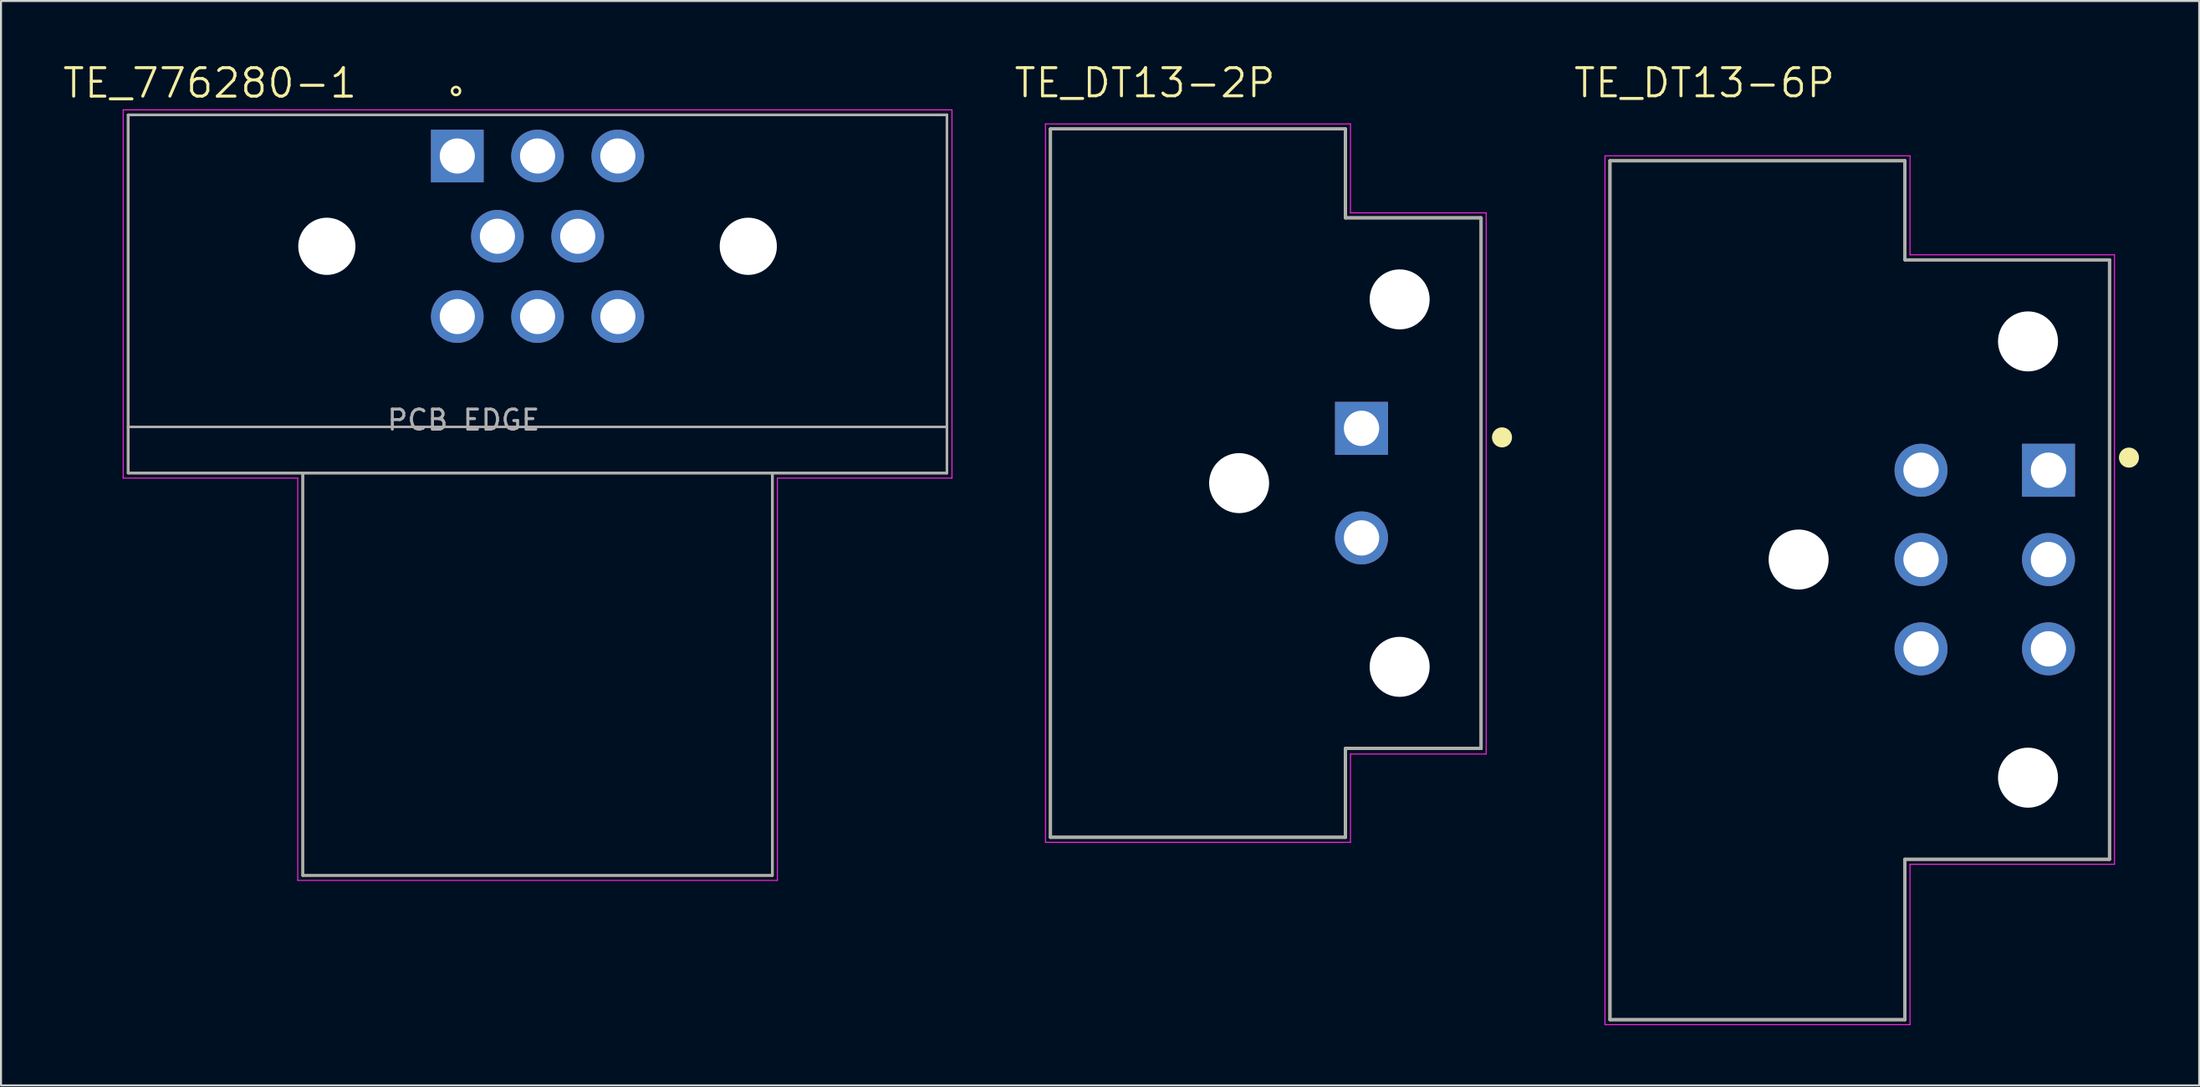
<source format=kicad_pcb>
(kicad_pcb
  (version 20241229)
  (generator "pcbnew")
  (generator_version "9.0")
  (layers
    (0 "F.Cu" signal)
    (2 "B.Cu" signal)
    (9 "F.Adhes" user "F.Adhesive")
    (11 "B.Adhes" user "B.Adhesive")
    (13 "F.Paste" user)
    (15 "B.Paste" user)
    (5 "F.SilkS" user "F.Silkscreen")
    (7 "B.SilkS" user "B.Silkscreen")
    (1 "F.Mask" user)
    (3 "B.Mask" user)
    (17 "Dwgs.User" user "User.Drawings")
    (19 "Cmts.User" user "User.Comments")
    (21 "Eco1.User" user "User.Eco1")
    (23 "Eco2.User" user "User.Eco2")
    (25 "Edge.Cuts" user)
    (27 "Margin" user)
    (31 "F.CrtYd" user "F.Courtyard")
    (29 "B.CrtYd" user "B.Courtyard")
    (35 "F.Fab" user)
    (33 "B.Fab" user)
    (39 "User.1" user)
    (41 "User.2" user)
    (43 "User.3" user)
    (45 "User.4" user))
  (footprint "TE_DT13-6P"
    (layer "F.Cu")
    (at 92.676 24.833)
    (property "Reference" "TE_DT13-6P" (at -10.796 -23.75 0) (layer "F.SilkS") (effects (font (size 1.4 1.4) (thickness 0.15))))
    (attr through_hole)
    (fp_line (start -15.5 -19.87) (end -15.5 22.93) (stroke (width 0.152) (type solid)) (layer "F.SilkS"))
    (fp_line (start -15.5 22.93) (end -0.8 22.93) (stroke (width 0.152) (type solid)) (layer "F.SilkS"))
    (fp_line (start -0.8 -19.87) (end -15.5 -19.87) (stroke (width 0.152) (type solid)) (layer "F.SilkS"))
    (fp_line (start -0.8 -14.935) (end -0.8 -19.87) (stroke (width 0.152) (type solid)) (layer "F.SilkS"))
    (fp_line (start -0.8 -14.935) (end 9.39 -14.935) (stroke (width 0.152) (type solid)) (layer "F.SilkS"))
    (fp_line (start -0.8 22.93) (end -0.8 14.935) (stroke (width 0.152) (type solid)) (layer "F.SilkS"))
    (fp_line (start 9.39 -14.935) (end 9.39 14.935) (stroke (width 0.152) (type solid)) (layer "F.SilkS"))
    (fp_line (start 9.39 14.935) (end -0.8 14.935) (stroke (width 0.152) (type solid)) (layer "F.SilkS"))
    (fp_circle (center 10.36 -5.08) (end 10.61 -5.08) (stroke (width 0.5) (type solid)) (fill no) (layer "F.SilkS"))
    (fp_line (start -15.75 -20.12) (end -0.55 -20.12) (stroke (width 0.05) (type solid)) (layer "F.CrtYd"))
    (fp_line (start -15.75 23.18) (end -15.75 -20.12) (stroke (width 0.05) (type solid)) (layer "F.CrtYd"))
    (fp_line (start -0.55 -20.12) (end -0.55 -15.185) (stroke (width 0.05) (type solid)) (layer "F.CrtYd"))
    (fp_line (start -0.55 -15.185) (end 9.64 -15.185) (stroke (width 0.05) (type solid)) (layer "F.CrtYd"))
    (fp_line (start -0.55 15.185) (end -0.55 23.18) (stroke (width 0.05) (type solid)) (layer "F.CrtYd"))
    (fp_line (start -0.55 23.18) (end -15.75 23.18) (stroke (width 0.05) (type solid)) (layer "F.CrtYd"))
    (fp_line (start 9.64 -15.185) (end 9.64 15.185) (stroke (width 0.05) (type solid)) (layer "F.CrtYd"))
    (fp_line (start 9.64 15.185) (end -0.55 15.185) (stroke (width 0.05) (type solid)) (layer "F.CrtYd"))
    (fp_line (start -15.5 -19.87) (end -15.5 22.93) (stroke (width 0.152) (type solid)) (layer "F.Fab"))
    (fp_line (start -15.5 22.93) (end -0.8 22.93) (stroke (width 0.152) (type solid)) (layer "F.Fab"))
    (fp_line (start -0.8 -19.87) (end -15.5 -19.87) (stroke (width 0.152) (type solid)) (layer "F.Fab"))
    (fp_line (start -0.8 -14.935) (end -0.8 -19.87) (stroke (width 0.152) (type solid)) (layer "F.Fab"))
    (fp_line (start -0.8 -14.935) (end 9.39 -14.935) (stroke (width 0.152) (type solid)) (layer "F.Fab"))
    (fp_line (start -0.8 22.93) (end -0.8 14.935) (stroke (width 0.152) (type solid)) (layer "F.Fab"))
    (fp_line (start 9.39 -14.935) (end 9.39 14.935) (stroke (width 0.152) (type solid)) (layer "F.Fab"))
    (fp_line (start 9.39 14.935) (end -0.8 14.935) (stroke (width 0.152) (type solid)) (layer "F.Fab"))
    (pad "" np_thru_hole circle (at -6.1 0) (size 2.99 2.99) (drill 2.99) (layers "*.Cu" "*.Mask"))
    (pad "" np_thru_hole circle (at 5.33 -10.87) (size 2.99 2.99) (drill 2.99) (layers "*.Cu" "*.Mask"))
    (pad "" np_thru_hole circle (at 5.33 10.87) (size 2.99 2.99) (drill 2.99) (layers "*.Cu" "*.Mask"))
    (pad "1" thru_hole rect (at 6.35 -4.45) (size 2.64 2.64) (drill 1.76) (layers "*.Cu" "*.Mask"))
    (pad "2" thru_hole circle (at 6.35 0) (size 2.64 2.64) (drill 1.76) (layers "*.Cu" "*.Mask"))
    (pad "3" thru_hole circle (at 6.35 4.45) (size 2.64 2.64) (drill 1.76) (layers "*.Cu" "*.Mask"))
    (pad "4" thru_hole circle (at 0 4.45) (size 2.64 2.64) (drill 1.76) (layers "*.Cu" "*.Mask"))
    (pad "5" thru_hole circle (at 0 0) (size 2.64 2.64) (drill 1.76) (layers "*.Cu" "*.Mask"))
    (pad "6" thru_hole circle (at 0 -4.45) (size 2.64 2.64) (drill 1.76) (layers "*.Cu" "*.Mask")))
  (footprint "TE_DT13-2P"
    (layer "F.Cu")
    (at 64.795 21.025)
    (property "Reference" "TE_DT13-2P" (at -10.797 -19.943 0) (layer "F.SilkS") (effects (font (size 1.4 1.4) (thickness 0.15))))
    (attr through_hole)
    (fp_line (start -15.5 -17.65) (end -15.5 17.65) (stroke (width 0.152) (type solid)) (layer "F.SilkS"))
    (fp_line (start -15.5 17.65) (end -0.8 17.65) (stroke (width 0.152) (type solid)) (layer "F.SilkS"))
    (fp_line (start -0.8 -17.65) (end -15.5 -17.65) (stroke (width 0.152) (type solid)) (layer "F.SilkS"))
    (fp_line (start -0.8 -13.22) (end -0.8 -17.65) (stroke (width 0.152) (type solid)) (layer "F.SilkS"))
    (fp_line (start -0.8 -13.22) (end 5.96 -13.22) (stroke (width 0.152) (type solid)) (layer "F.SilkS"))
    (fp_line (start -0.8 17.65) (end -0.8 13.22) (stroke (width 0.152) (type solid)) (layer "F.SilkS"))
    (fp_line (start 5.96 -13.22) (end 5.96 13.22) (stroke (width 0.152) (type solid)) (layer "F.SilkS"))
    (fp_line (start 5.96 13.22) (end -0.8 13.22) (stroke (width 0.152) (type solid)) (layer "F.SilkS"))
    (fp_circle (center 7 -2.28) (end 7.25 -2.28) (stroke (width 0.5) (type solid)) (fill no) (layer "F.SilkS"))
    (fp_line (start -15.75 -17.9) (end -0.55 -17.9) (stroke (width 0.05) (type solid)) (layer "F.CrtYd"))
    (fp_line (start -15.75 17.9) (end -15.75 -17.9) (stroke (width 0.05) (type solid)) (layer "F.CrtYd"))
    (fp_line (start -0.55 -17.9) (end -0.55 -13.47) (stroke (width 0.05) (type solid)) (layer "F.CrtYd"))
    (fp_line (start -0.55 -13.47) (end 6.21 -13.47) (stroke (width 0.05) (type solid)) (layer "F.CrtYd"))
    (fp_line (start -0.55 13.5) (end -0.55 17.9) (stroke (width 0.05) (type solid)) (layer "F.CrtYd"))
    (fp_line (start -0.55 17.9) (end -15.75 17.9) (stroke (width 0.05) (type solid)) (layer "F.CrtYd"))
    (fp_line (start 6.21 -13.47) (end 6.21 13.5) (stroke (width 0.05) (type solid)) (layer "F.CrtYd"))
    (fp_line (start 6.21 13.5) (end -0.55 13.5) (stroke (width 0.05) (type solid)) (layer "F.CrtYd"))
    (fp_line (start -15.5 -17.65) (end -15.5 17.65) (stroke (width 0.152) (type solid)) (layer "F.Fab"))
    (fp_line (start -15.5 17.65) (end -0.8 17.65) (stroke (width 0.152) (type solid)) (layer "F.Fab"))
    (fp_line (start -0.8 -17.65) (end -15.5 -17.65) (stroke (width 0.152) (type solid)) (layer "F.Fab"))
    (fp_line (start -0.8 -13.22) (end -0.8 -17.65) (stroke (width 0.152) (type solid)) (layer "F.Fab"))
    (fp_line (start -0.8 -13.22) (end 5.96 -13.22) (stroke (width 0.152) (type solid)) (layer "F.Fab"))
    (fp_line (start -0.8 17.65) (end -0.8 13.22) (stroke (width 0.152) (type solid)) (layer "F.Fab"))
    (fp_line (start 5.96 -13.22) (end 5.96 13.22) (stroke (width 0.152) (type solid)) (layer "F.Fab"))
    (fp_line (start 5.96 13.22) (end -0.8 13.22) (stroke (width 0.152) (type solid)) (layer "F.Fab"))
    (pad "" np_thru_hole circle (at -6.1 0) (size 2.99 2.99) (drill 2.99) (layers "*.Cu" "*.Mask"))
    (pad "" np_thru_hole circle (at 1.9 -9.155) (size 2.99 2.99) (drill 2.99) (layers "*.Cu" "*.Mask"))
    (pad "" np_thru_hole circle (at 1.9 9.155) (size 2.99 2.99) (drill 2.99) (layers "*.Cu" "*.Mask"))
    (pad "1" thru_hole rect (at 0 -2.73) (size 2.64 2.64) (drill 1.76) (layers "*.Cu" "*.Mask"))
    (pad "2" thru_hole circle (at 0 2.73) (size 2.64 2.64) (drill 1.76) (layers "*.Cu" "*.Mask")))
  (footprint "TE_776280-1"
    (layer "F.Cu")
    (at 23.737 8.724)
    (property "Reference" "TE_776280-1" (at -16.33 -7.632 0) (layer "F.SilkS") (effects (font (size 1.418 1.418) (thickness 0.15))))
    (attr through_hole)
    (fp_line (start -20.4 -6.05) (end -20.4 11.8) (stroke (width 0.127) (type solid)) (layer "F.SilkS"))
    (fp_line (start -20.4 11.8) (end -11.7 11.8) (stroke (width 0.127) (type solid)) (layer "F.SilkS"))
    (fp_line (start -11.7 11.8) (end -11.7 31.85) (stroke (width 0.127) (type solid)) (layer "F.SilkS"))
    (fp_line (start -11.7 11.8) (end 11.7 11.8) (stroke (width 0.127) (type solid)) (layer "F.SilkS"))
    (fp_line (start -11.7 31.85) (end 11.7 31.85) (stroke (width 0.127) (type solid)) (layer "F.SilkS"))
    (fp_line (start 11.7 11.8) (end 20.4 11.8) (stroke (width 0.127) (type solid)) (layer "F.SilkS"))
    (fp_line (start 11.7 31.85) (end 11.7 11.8) (stroke (width 0.127) (type solid)) (layer "F.SilkS"))
    (fp_line (start 20.4 -6.05) (end -20.4 -6.05) (stroke (width 0.127) (type solid)) (layer "F.SilkS"))
    (fp_line (start 20.4 11.8) (end 20.4 -6.05) (stroke (width 0.127) (type solid)) (layer "F.SilkS"))
    (fp_circle (center -4.064 -7.239) (end -3.864 -7.239) (stroke (width 0.127) (type solid)) (fill no) (layer "F.SilkS"))
    (fp_line (start -20.65 -6.3) (end -20.65 12.05) (stroke (width 0.05) (type solid)) (layer "F.CrtYd"))
    (fp_line (start -20.65 12.05) (end -11.95 12.05) (stroke (width 0.05) (type solid)) (layer "F.CrtYd"))
    (fp_line (start -11.95 12.05) (end -11.95 32.1) (stroke (width 0.05) (type solid)) (layer "F.CrtYd"))
    (fp_line (start -11.95 32.1) (end 11.95 32.1) (stroke (width 0.05) (type solid)) (layer "F.CrtYd"))
    (fp_line (start 11.95 12.05) (end 20.65 12.05) (stroke (width 0.05) (type solid)) (layer "F.CrtYd"))
    (fp_line (start 11.95 32.1) (end 11.95 12.05) (stroke (width 0.05) (type solid)) (layer "F.CrtYd"))
    (fp_line (start 20.65 -6.3) (end -20.65 -6.3) (stroke (width 0.05) (type solid)) (layer "F.CrtYd"))
    (fp_line (start 20.65 12.05) (end 20.65 -6.3) (stroke (width 0.05) (type solid)) (layer "F.CrtYd"))
    (fp_line (start -20.4 -6.05) (end -20.4 9.5) (stroke (width 0.127) (type solid)) (layer "F.Fab"))
    (fp_line (start -20.4 9.5) (end -20.4 11.8) (stroke (width 0.127) (type solid)) (layer "F.Fab"))
    (fp_line (start -20.4 9.5) (end 20.4 9.5) (stroke (width 0.127) (type solid)) (layer "F.Fab"))
    (fp_line (start -20.4 11.8) (end -11.7 11.8) (stroke (width 0.127) (type solid)) (layer "F.Fab"))
    (fp_line (start -11.7 11.8) (end -11.7 31.85) (stroke (width 0.127) (type solid)) (layer "F.Fab"))
    (fp_line (start -11.7 11.8) (end 11.7 11.8) (stroke (width 0.127) (type solid)) (layer "F.Fab"))
    (fp_line (start -11.7 31.85) (end 11.7 31.85) (stroke (width 0.127) (type solid)) (layer "F.Fab"))
    (fp_line (start 11.7 11.8) (end 20.4 11.8) (stroke (width 0.127) (type solid)) (layer "F.Fab"))
    (fp_line (start 11.7 31.85) (end 11.7 11.8) (stroke (width 0.127) (type solid)) (layer "F.Fab"))
    (fp_line (start 20.4 -6.05) (end -20.4 -6.05) (stroke (width 0.127) (type solid)) (layer "F.Fab"))
    (fp_line (start 20.4 9.5) (end 20.4 -6.05) (stroke (width 0.127) (type solid)) (layer "F.Fab"))
    (fp_line (start 20.4 11.8) (end 20.4 9.5) (stroke (width 0.127) (type solid)) (layer "F.Fab"))
    (fp_text user "PCB EDGE" (at -3.688 9.155 0) (layer "F.Fab") (effects (font (size 1.001 1.001) (thickness 0.15))))
    (pad "" np_thru_hole circle (at -10.5 0.5) (size 2.85 2.85) (drill 2.85) (layers "*.Cu" "*.Mask"))
    (pad "" np_thru_hole circle (at 10.5 0.5) (size 2.85 2.85) (drill 2.85) (layers "*.Cu" "*.Mask"))
    (pad "1" thru_hole rect (at -4 -4) (size 2.625 2.625) (drill 1.75) (layers "*.Cu" "*.Mask"))
    (pad "2" thru_hole circle (at 0 -4) (size 2.625 2.625) (drill 1.75) (layers "*.Cu" "*.Mask"))
    (pad "3" thru_hole circle (at 4 -4) (size 2.625 2.625) (drill 1.75) (layers "*.Cu" "*.Mask"))
    (pad "4" thru_hole circle (at -2 0) (size 2.625 2.625) (drill 1.75) (layers "*.Cu" "*.Mask"))
    (pad "5" thru_hole circle (at 2 0) (size 2.625 2.625) (drill 1.75) (layers "*.Cu" "*.Mask"))
    (pad "6" thru_hole circle (at -4 4) (size 2.625 2.625) (drill 1.75) (layers "*.Cu" "*.Mask"))
    (pad "7" thru_hole circle (at 0 4) (size 2.625 2.625) (drill 1.75) (layers "*.Cu" "*.Mask"))
    (pad "8" thru_hole circle (at 4 4) (size 2.625 2.625) (drill 1.75) (layers "*.Cu" "*.Mask")))
  (gr_rect
    (start -3 -3)
    (end 106.536 51.038)
    (stroke (width 0.1) (type default))
    (fill no)
    (layer "Edge.Cuts")))
</source>
